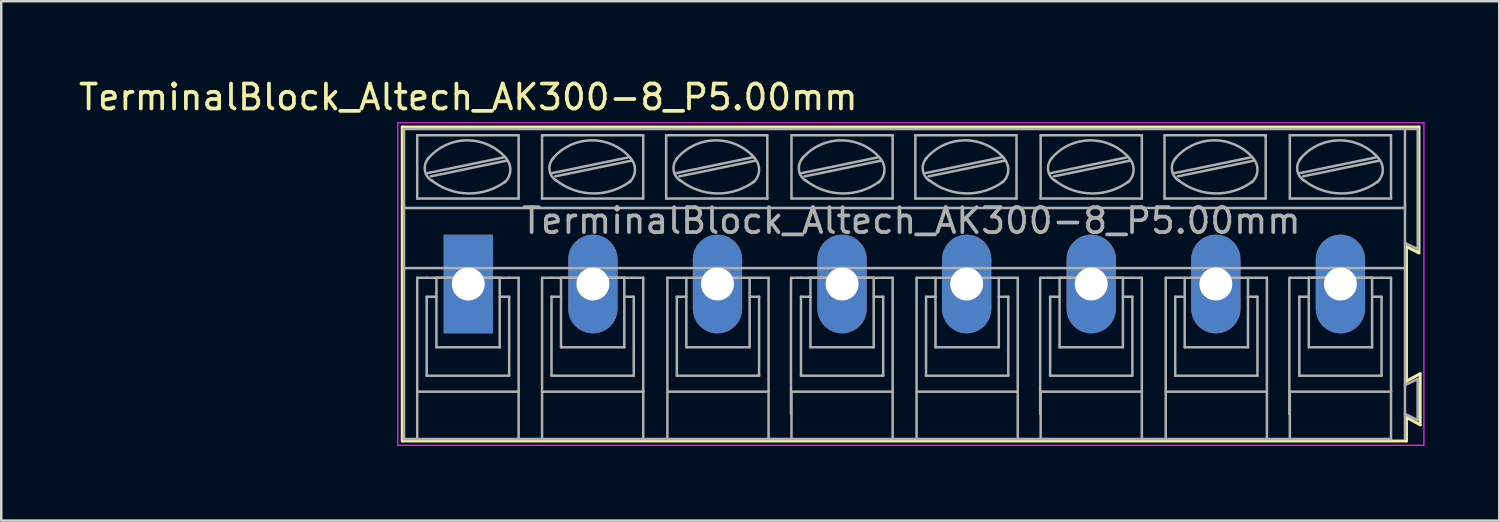
<source format=kicad_pcb>
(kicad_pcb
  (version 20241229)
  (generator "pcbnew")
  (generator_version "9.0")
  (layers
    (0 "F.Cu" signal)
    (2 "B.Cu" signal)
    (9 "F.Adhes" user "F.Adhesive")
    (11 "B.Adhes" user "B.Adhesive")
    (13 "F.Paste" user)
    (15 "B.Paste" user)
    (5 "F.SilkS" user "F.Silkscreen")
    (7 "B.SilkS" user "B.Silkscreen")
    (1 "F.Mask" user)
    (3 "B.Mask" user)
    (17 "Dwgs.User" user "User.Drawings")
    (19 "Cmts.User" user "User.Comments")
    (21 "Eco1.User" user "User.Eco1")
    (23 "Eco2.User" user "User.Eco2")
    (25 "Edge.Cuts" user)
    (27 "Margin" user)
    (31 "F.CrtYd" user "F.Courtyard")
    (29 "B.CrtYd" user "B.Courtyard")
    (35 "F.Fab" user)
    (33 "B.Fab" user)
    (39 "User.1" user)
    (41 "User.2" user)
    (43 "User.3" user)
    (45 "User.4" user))
  (footprint "TerminalBlock_Altech_AK300-8_P5.00mm"
    (layer "F.Cu")
    (at 15.744 8.348)
    (property "Reference" "TerminalBlock_Altech_AK300-8_P5.00mm" (at 0 -7.5 0) (layer "F.SilkS") (effects (font (size 1 1) (thickness 0.15))))
    (attr through_hole)
    (fp_line (start -2.65 -6.3) (end 38.15 -6.3) (stroke (width 0.12) (type solid)) (layer "F.SilkS"))
    (fp_line (start -2.65 6.3) (end -2.65 -6.3) (stroke (width 0.12) (type solid)) (layer "F.SilkS"))
    (fp_line (start 37.65 -1.5) (end 37.65 3.9) (stroke (width 0.12) (type solid)) (layer "F.SilkS"))
    (fp_line (start 37.65 3.9) (end 38.2 3.6) (stroke (width 0.12) (type solid)) (layer "F.SilkS"))
    (fp_line (start 37.65 5.35) (end 37.65 6.3) (stroke (width 0.12) (type solid)) (layer "F.SilkS"))
    (fp_line (start 37.65 6.3) (end -2.65 6.3) (stroke (width 0.12) (type solid)) (layer "F.SilkS"))
    (fp_line (start 38.15 -6.3) (end 38.15 -1.25) (stroke (width 0.12) (type solid)) (layer "F.SilkS"))
    (fp_line (start 38.15 -1.25) (end 37.65 -1.5) (stroke (width 0.12) (type solid)) (layer "F.SilkS"))
    (fp_line (start 38.2 3.6) (end 38.2 5.65) (stroke (width 0.12) (type solid)) (layer "F.SilkS"))
    (fp_line (start 38.2 5.65) (end 37.65 5.35) (stroke (width 0.12) (type solid)) (layer "F.SilkS"))
    (fp_line (start -2.83 -6.47) (end -2.83 6.47) (stroke (width 0.05) (type solid)) (layer "F.CrtYd"))
    (fp_line (start -2.83 -6.47) (end 38.35 -6.47) (stroke (width 0.05) (type solid)) (layer "F.CrtYd"))
    (fp_line (start 38.35 6.47) (end -2.83 6.47) (stroke (width 0.05) (type solid)) (layer "F.CrtYd"))
    (fp_line (start 38.35 6.47) (end 38.35 -6.47) (stroke (width 0.05) (type solid)) (layer "F.CrtYd"))
    (fp_line (start -2.58 -3.17) (end -2.58 -6.22) (stroke (width 0.1) (type solid)) (layer "F.Fab"))
    (fp_line (start -2.58 -0.64) (end -2.58 -3.17) (stroke (width 0.1) (type solid)) (layer "F.Fab"))
    (fp_line (start -2.58 6.22) (end -2.58 -0.64) (stroke (width 0.1) (type solid)) (layer "F.Fab"))
    (fp_line (start -2.58 6.22) (end 37.03 6.22) (stroke (width 0.1) (type solid)) (layer "F.Fab"))
    (fp_line (start -2.05 -3.43) (end -2.05 -5.97) (stroke (width 0.1) (type solid)) (layer "F.Fab"))
    (fp_line (start -2.05 -0.25) (end -2.05 4.32) (stroke (width 0.1) (type solid)) (layer "F.Fab"))
    (fp_line (start -2.05 -0.25) (end -1.67 -0.25) (stroke (width 0.1) (type solid)) (layer "F.Fab"))
    (fp_line (start -2.05 4.32) (end -2.05 6.22) (stroke (width 0.1) (type solid)) (layer "F.Fab"))
    (fp_line (start -1.67 0.51) (end -1.28 0.51) (stroke (width 0.1) (type solid)) (layer "F.Fab"))
    (fp_line (start -1.67 3.68) (end -1.67 0.51) (stroke (width 0.1) (type solid)) (layer "F.Fab"))
    (fp_line (start -1.64 -4.45) (end 1.41 -5.08) (stroke (width 0.1) (type solid)) (layer "F.Fab"))
    (fp_line (start -1.51 -4.32) (end 1.53 -4.95) (stroke (width 0.1) (type solid)) (layer "F.Fab"))
    (fp_line (start -1.28 -0.25) (end 1.26 -0.25) (stroke (width 0.1) (type solid)) (layer "F.Fab"))
    (fp_line (start -1.28 2.54) (end -1.28 -0.25) (stroke (width 0.1) (type solid)) (layer "F.Fab"))
    (fp_line (start -1.28 2.54) (end 1.26 2.54) (stroke (width 0.1) (type solid)) (layer "F.Fab"))
    (fp_line (start 1.26 2.54) (end 1.26 -0.25) (stroke (width 0.1) (type solid)) (layer "F.Fab"))
    (fp_line (start 1.64 -0.25) (end -1.67 -0.25) (stroke (width 0.1) (type solid)) (layer "F.Fab"))
    (fp_line (start 1.64 0.51) (end 1.26 0.51) (stroke (width 0.1) (type solid)) (layer "F.Fab"))
    (fp_line (start 1.64 3.68) (end -1.67 3.68) (stroke (width 0.1) (type solid)) (layer "F.Fab"))
    (fp_line (start 1.64 3.68) (end 1.64 0.51) (stroke (width 0.1) (type solid)) (layer "F.Fab"))
    (fp_line (start 2.02 -5.97) (end -2.05 -5.97) (stroke (width 0.1) (type solid)) (layer "F.Fab"))
    (fp_line (start 2.02 -3.43) (end -2.05 -3.43) (stroke (width 0.1) (type solid)) (layer "F.Fab"))
    (fp_line (start 2.02 -3.43) (end 2.02 -5.97) (stroke (width 0.1) (type solid)) (layer "F.Fab"))
    (fp_line (start 2.02 -0.25) (end 1.64 -0.25) (stroke (width 0.1) (type solid)) (layer "F.Fab"))
    (fp_line (start 2.02 4.32) (end -2.05 4.32) (stroke (width 0.1) (type solid)) (layer "F.Fab"))
    (fp_line (start 2.02 4.32) (end 2.02 -0.25) (stroke (width 0.1) (type solid)) (layer "F.Fab"))
    (fp_line (start 2.02 6.22) (end 2.02 4.32) (stroke (width 0.1) (type solid)) (layer "F.Fab"))
    (fp_line (start 2.96 -5.97) (end 7.02 -5.97) (stroke (width 0.1) (type solid)) (layer "F.Fab"))
    (fp_line (start 2.96 -3.43) (end 2.96 -5.97) (stroke (width 0.1) (type solid)) (layer "F.Fab"))
    (fp_line (start 2.96 -0.25) (end 3.34 -0.25) (stroke (width 0.1) (type solid)) (layer "F.Fab"))
    (fp_line (start 2.96 4.32) (end 2.96 -0.25) (stroke (width 0.1) (type solid)) (layer "F.Fab"))
    (fp_line (start 2.96 4.32) (end 7.02 4.32) (stroke (width 0.1) (type solid)) (layer "F.Fab"))
    (fp_line (start 2.96 6.22) (end 2.96 4.32) (stroke (width 0.1) (type solid)) (layer "F.Fab"))
    (fp_line (start 3.34 -0.25) (end 6.64 -0.25) (stroke (width 0.1) (type solid)) (layer "F.Fab"))
    (fp_line (start 3.34 0.51) (end 3.72 0.51) (stroke (width 0.1) (type solid)) (layer "F.Fab"))
    (fp_line (start 3.34 3.68) (end 3.34 0.51) (stroke (width 0.1) (type solid)) (layer "F.Fab"))
    (fp_line (start 3.36 -4.45) (end 6.41 -5.08) (stroke (width 0.1) (type solid)) (layer "F.Fab"))
    (fp_line (start 3.49 -4.32) (end 6.54 -4.95) (stroke (width 0.1) (type solid)) (layer "F.Fab"))
    (fp_line (start 3.72 -0.25) (end 6.26 -0.25) (stroke (width 0.1) (type solid)) (layer "F.Fab"))
    (fp_line (start 3.72 2.54) (end 3.72 -0.25) (stroke (width 0.1) (type solid)) (layer "F.Fab"))
    (fp_line (start 3.72 2.54) (end 6.26 2.54) (stroke (width 0.1) (type solid)) (layer "F.Fab"))
    (fp_line (start 6.26 2.54) (end 6.26 -0.25) (stroke (width 0.1) (type solid)) (layer "F.Fab"))
    (fp_line (start 6.64 0.51) (end 6.26 0.51) (stroke (width 0.1) (type solid)) (layer "F.Fab"))
    (fp_line (start 6.64 3.68) (end 3.34 3.68) (stroke (width 0.1) (type solid)) (layer "F.Fab"))
    (fp_line (start 6.64 3.68) (end 6.64 0.51) (stroke (width 0.1) (type solid)) (layer "F.Fab"))
    (fp_line (start 7.02 -5.97) (end 7.02 -3.43) (stroke (width 0.1) (type solid)) (layer "F.Fab"))
    (fp_line (start 7.02 -3.43) (end 2.96 -3.43) (stroke (width 0.1) (type solid)) (layer "F.Fab"))
    (fp_line (start 7.02 -0.25) (end 6.64 -0.25) (stroke (width 0.1) (type solid)) (layer "F.Fab"))
    (fp_line (start 7.02 -0.25) (end 7.02 4.32) (stroke (width 0.1) (type solid)) (layer "F.Fab"))
    (fp_line (start 7.02 4.32) (end 7.02 6.22) (stroke (width 0.1) (type solid)) (layer "F.Fab"))
    (fp_line (start 7.94 -5.97) (end 12 -5.97) (stroke (width 0.1) (type solid)) (layer "F.Fab"))
    (fp_line (start 7.94 -3.43) (end 7.94 -5.97) (stroke (width 0.1) (type solid)) (layer "F.Fab"))
    (fp_line (start 7.99 -0.25) (end 12.05 -0.25) (stroke (width 0.1) (type solid)) (layer "F.Fab"))
    (fp_line (start 7.99 4.32) (end 12.05 4.32) (stroke (width 0.1) (type solid)) (layer "F.Fab"))
    (fp_line (start 7.99 6.22) (end 7.99 -0.25) (stroke (width 0.1) (type solid)) (layer "F.Fab"))
    (fp_line (start 8.34 -4.45) (end 11.39 -5.08) (stroke (width 0.1) (type solid)) (layer "F.Fab"))
    (fp_line (start 8.37 0.51) (end 8.37 3.68) (stroke (width 0.1) (type solid)) (layer "F.Fab"))
    (fp_line (start 8.37 0.51) (end 8.75 0.51) (stroke (width 0.1) (type solid)) (layer "F.Fab"))
    (fp_line (start 8.37 3.68) (end 11.67 3.68) (stroke (width 0.1) (type solid)) (layer "F.Fab"))
    (fp_line (start 8.47 -4.32) (end 11.52 -4.95) (stroke (width 0.1) (type solid)) (layer "F.Fab"))
    (fp_line (start 8.75 -0.25) (end 8.75 2.54) (stroke (width 0.1) (type solid)) (layer "F.Fab"))
    (fp_line (start 8.75 2.54) (end 11.29 2.54) (stroke (width 0.1) (type solid)) (layer "F.Fab"))
    (fp_line (start 11.29 2.54) (end 11.29 -0.25) (stroke (width 0.1) (type solid)) (layer "F.Fab"))
    (fp_line (start 11.67 0.51) (end 11.29 0.51) (stroke (width 0.1) (type solid)) (layer "F.Fab"))
    (fp_line (start 11.67 3.68) (end 11.67 0.51) (stroke (width 0.1) (type solid)) (layer "F.Fab"))
    (fp_line (start 12 -5.97) (end 12 -3.43) (stroke (width 0.1) (type solid)) (layer "F.Fab"))
    (fp_line (start 12 -3.43) (end 7.94 -3.43) (stroke (width 0.1) (type solid)) (layer "F.Fab"))
    (fp_line (start 12.05 6.22) (end 12.05 -0.25) (stroke (width 0.1) (type solid)) (layer "F.Fab"))
    (fp_line (start 12.95 4) (end 12.95 -0.25) (stroke (width 0.1) (type solid)) (layer "F.Fab"))
    (fp_line (start 12.95 4.06) (end 12.95 5.21) (stroke (width 0.1) (type solid)) (layer "F.Fab"))
    (fp_line (start 12.97 -5.97) (end 17.03 -5.97) (stroke (width 0.1) (type solid)) (layer "F.Fab"))
    (fp_line (start 12.97 -3.43) (end 12.97 -5.97) (stroke (width 0.1) (type solid)) (layer "F.Fab"))
    (fp_line (start 12.97 -0.25) (end 13.35 -0.25) (stroke (width 0.1) (type solid)) (layer "F.Fab"))
    (fp_line (start 12.97 4.32) (end 17.03 4.32) (stroke (width 0.1) (type solid)) (layer "F.Fab"))
    (fp_line (start 12.97 6.22) (end 12.97 4.32) (stroke (width 0.1) (type solid)) (layer "F.Fab"))
    (fp_line (start 13.35 -0.25) (end 16.65 -0.25) (stroke (width 0.1) (type solid)) (layer "F.Fab"))
    (fp_line (start 13.35 0.51) (end 13.73 0.51) (stroke (width 0.1) (type solid)) (layer "F.Fab"))
    (fp_line (start 13.35 3.68) (end 13.35 0.51) (stroke (width 0.1) (type solid)) (layer "F.Fab"))
    (fp_line (start 13.37 -4.45) (end 16.42 -5.08) (stroke (width 0.1) (type solid)) (layer "F.Fab"))
    (fp_line (start 13.5 -4.32) (end 16.55 -4.95) (stroke (width 0.1) (type solid)) (layer "F.Fab"))
    (fp_line (start 13.73 -0.25) (end 16.27 -0.25) (stroke (width 0.1) (type solid)) (layer "F.Fab"))
    (fp_line (start 13.73 2.54) (end 13.73 -0.25) (stroke (width 0.1) (type solid)) (layer "F.Fab"))
    (fp_line (start 13.73 2.54) (end 16.27 2.54) (stroke (width 0.1) (type solid)) (layer "F.Fab"))
    (fp_line (start 16.27 2.54) (end 16.27 -0.25) (stroke (width 0.1) (type solid)) (layer "F.Fab"))
    (fp_line (start 16.65 0.51) (end 16.27 0.51) (stroke (width 0.1) (type solid)) (layer "F.Fab"))
    (fp_line (start 16.65 3.68) (end 13.35 3.68) (stroke (width 0.1) (type solid)) (layer "F.Fab"))
    (fp_line (start 16.65 3.68) (end 16.65 0.51) (stroke (width 0.1) (type solid)) (layer "F.Fab"))
    (fp_line (start 17.03 -5.97) (end 17.03 -3.43) (stroke (width 0.1) (type solid)) (layer "F.Fab"))
    (fp_line (start 17.03 -3.43) (end 12.97 -3.43) (stroke (width 0.1) (type solid)) (layer "F.Fab"))
    (fp_line (start 17.03 -0.25) (end 16.65 -0.25) (stroke (width 0.1) (type solid)) (layer "F.Fab"))
    (fp_line (start 17.03 -0.25) (end 17.03 4.32) (stroke (width 0.1) (type solid)) (layer "F.Fab"))
    (fp_line (start 17.03 4.32) (end 17.03 6.22) (stroke (width 0.1) (type solid)) (layer "F.Fab"))
    (fp_line (start 17.94 -5.97) (end 22 -5.97) (stroke (width 0.1) (type solid)) (layer "F.Fab"))
    (fp_line (start 17.94 -3.43) (end 17.94 -5.97) (stroke (width 0.1) (type solid)) (layer "F.Fab"))
    (fp_line (start 17.99 -0.25) (end 22.05 -0.25) (stroke (width 0.1) (type solid)) (layer "F.Fab"))
    (fp_line (start 17.99 4.32) (end 22.05 4.32) (stroke (width 0.1) (type solid)) (layer "F.Fab"))
    (fp_line (start 17.99 6.22) (end 17.99 -0.25) (stroke (width 0.1) (type solid)) (layer "F.Fab"))
    (fp_line (start 18.34 -4.45) (end 21.39 -5.08) (stroke (width 0.1) (type solid)) (layer "F.Fab"))
    (fp_line (start 18.37 0.51) (end 18.37 3.68) (stroke (width 0.1) (type solid)) (layer "F.Fab"))
    (fp_line (start 18.37 0.51) (end 18.75 0.51) (stroke (width 0.1) (type solid)) (layer "F.Fab"))
    (fp_line (start 18.37 3.68) (end 21.67 3.68) (stroke (width 0.1) (type solid)) (layer "F.Fab"))
    (fp_line (start 18.47 -4.32) (end 21.52 -4.95) (stroke (width 0.1) (type solid)) (layer "F.Fab"))
    (fp_line (start 18.75 -0.25) (end 18.75 2.54) (stroke (width 0.1) (type solid)) (layer "F.Fab"))
    (fp_line (start 18.75 2.54) (end 21.29 2.54) (stroke (width 0.1) (type solid)) (layer "F.Fab"))
    (fp_line (start 21.29 2.54) (end 21.29 -0.25) (stroke (width 0.1) (type solid)) (layer "F.Fab"))
    (fp_line (start 21.67 0.51) (end 21.29 0.51) (stroke (width 0.1) (type solid)) (layer "F.Fab"))
    (fp_line (start 21.67 3.68) (end 21.67 0.51) (stroke (width 0.1) (type solid)) (layer "F.Fab"))
    (fp_line (start 22 -5.97) (end 22 -3.43) (stroke (width 0.1) (type solid)) (layer "F.Fab"))
    (fp_line (start 22 -3.43) (end 17.94 -3.43) (stroke (width 0.1) (type solid)) (layer "F.Fab"))
    (fp_line (start 22.05 6.22) (end 22.05 -0.25) (stroke (width 0.1) (type solid)) (layer "F.Fab"))
    (fp_line (start 22.95 4) (end 22.95 -0.25) (stroke (width 0.1) (type solid)) (layer "F.Fab"))
    (fp_line (start 22.95 4.06) (end 22.95 5.21) (stroke (width 0.1) (type solid)) (layer "F.Fab"))
    (fp_line (start 22.97 -5.97) (end 27.03 -5.97) (stroke (width 0.1) (type solid)) (layer "F.Fab"))
    (fp_line (start 22.97 -3.43) (end 22.97 -5.97) (stroke (width 0.1) (type solid)) (layer "F.Fab"))
    (fp_line (start 22.97 -0.25) (end 23.35 -0.25) (stroke (width 0.1) (type solid)) (layer "F.Fab"))
    (fp_line (start 22.97 4.32) (end 27.03 4.32) (stroke (width 0.1) (type solid)) (layer "F.Fab"))
    (fp_line (start 22.97 6.22) (end 22.97 4.32) (stroke (width 0.1) (type solid)) (layer "F.Fab"))
    (fp_line (start 23.35 -0.25) (end 26.65 -0.25) (stroke (width 0.1) (type solid)) (layer "F.Fab"))
    (fp_line (start 23.35 0.51) (end 23.73 0.51) (stroke (width 0.1) (type solid)) (layer "F.Fab"))
    (fp_line (start 23.35 3.68) (end 23.35 0.51) (stroke (width 0.1) (type solid)) (layer "F.Fab"))
    (fp_line (start 23.37 -4.45) (end 26.42 -5.08) (stroke (width 0.1) (type solid)) (layer "F.Fab"))
    (fp_line (start 23.5 -4.32) (end 26.55 -4.95) (stroke (width 0.1) (type solid)) (layer "F.Fab"))
    (fp_line (start 23.73 -0.25) (end 26.27 -0.25) (stroke (width 0.1) (type solid)) (layer "F.Fab"))
    (fp_line (start 23.73 2.54) (end 23.73 -0.25) (stroke (width 0.1) (type solid)) (layer "F.Fab"))
    (fp_line (start 23.73 2.54) (end 26.27 2.54) (stroke (width 0.1) (type solid)) (layer "F.Fab"))
    (fp_line (start 26.27 2.54) (end 26.27 -0.25) (stroke (width 0.1) (type solid)) (layer "F.Fab"))
    (fp_line (start 26.65 0.51) (end 26.27 0.51) (stroke (width 0.1) (type solid)) (layer "F.Fab"))
    (fp_line (start 26.65 3.68) (end 23.35 3.68) (stroke (width 0.1) (type solid)) (layer "F.Fab"))
    (fp_line (start 26.65 3.68) (end 26.65 0.51) (stroke (width 0.1) (type solid)) (layer "F.Fab"))
    (fp_line (start 27.03 -5.97) (end 27.03 -3.43) (stroke (width 0.1) (type solid)) (layer "F.Fab"))
    (fp_line (start 27.03 -3.43) (end 22.97 -3.43) (stroke (width 0.1) (type solid)) (layer "F.Fab"))
    (fp_line (start 27.03 -0.25) (end 26.65 -0.25) (stroke (width 0.1) (type solid)) (layer "F.Fab"))
    (fp_line (start 27.03 -0.25) (end 27.03 4.32) (stroke (width 0.1) (type solid)) (layer "F.Fab"))
    (fp_line (start 27.03 4.32) (end 27.03 6.22) (stroke (width 0.1) (type solid)) (layer "F.Fab"))
    (fp_line (start 27.94 -5.97) (end 32 -5.97) (stroke (width 0.1) (type solid)) (layer "F.Fab"))
    (fp_line (start 27.94 -3.43) (end 27.94 -5.97) (stroke (width 0.1) (type solid)) (layer "F.Fab"))
    (fp_line (start 27.99 -0.25) (end 32.05 -0.25) (stroke (width 0.1) (type solid)) (layer "F.Fab"))
    (fp_line (start 27.99 4.32) (end 32.05 4.32) (stroke (width 0.1) (type solid)) (layer "F.Fab"))
    (fp_line (start 27.99 6.22) (end 27.99 -0.25) (stroke (width 0.1) (type solid)) (layer "F.Fab"))
    (fp_line (start 28.34 -4.45) (end 31.39 -5.08) (stroke (width 0.1) (type solid)) (layer "F.Fab"))
    (fp_line (start 28.37 0.51) (end 28.37 3.68) (stroke (width 0.1) (type solid)) (layer "F.Fab"))
    (fp_line (start 28.37 0.51) (end 28.75 0.51) (stroke (width 0.1) (type solid)) (layer "F.Fab"))
    (fp_line (start 28.37 3.68) (end 31.67 3.68) (stroke (width 0.1) (type solid)) (layer "F.Fab"))
    (fp_line (start 28.47 -4.32) (end 31.52 -4.95) (stroke (width 0.1) (type solid)) (layer "F.Fab"))
    (fp_line (start 28.75 -0.25) (end 28.75 2.54) (stroke (width 0.1) (type solid)) (layer "F.Fab"))
    (fp_line (start 28.75 2.54) (end 31.29 2.54) (stroke (width 0.1) (type solid)) (layer "F.Fab"))
    (fp_line (start 31.29 2.54) (end 31.29 -0.25) (stroke (width 0.1) (type solid)) (layer "F.Fab"))
    (fp_line (start 31.67 0.51) (end 31.29 0.51) (stroke (width 0.1) (type solid)) (layer "F.Fab"))
    (fp_line (start 31.67 3.68) (end 31.67 0.51) (stroke (width 0.1) (type solid)) (layer "F.Fab"))
    (fp_line (start 32 -5.97) (end 32 -3.43) (stroke (width 0.1) (type solid)) (layer "F.Fab"))
    (fp_line (start 32 -3.43) (end 27.94 -3.43) (stroke (width 0.1) (type solid)) (layer "F.Fab"))
    (fp_line (start 32.05 6.22) (end 32.05 -0.25) (stroke (width 0.1) (type solid)) (layer "F.Fab"))
    (fp_line (start 32.95 4) (end 32.95 -0.25) (stroke (width 0.1) (type solid)) (layer "F.Fab"))
    (fp_line (start 32.95 4.06) (end 32.95 5.21) (stroke (width 0.1) (type solid)) (layer "F.Fab"))
    (fp_line (start 32.97 -5.97) (end 37.03 -5.97) (stroke (width 0.1) (type solid)) (layer "F.Fab"))
    (fp_line (start 32.97 -3.43) (end 32.97 -5.97) (stroke (width 0.1) (type solid)) (layer "F.Fab"))
    (fp_line (start 32.97 -0.25) (end 33.35 -0.25) (stroke (width 0.1) (type solid)) (layer "F.Fab"))
    (fp_line (start 32.97 4.32) (end 37.03 4.32) (stroke (width 0.1) (type solid)) (layer "F.Fab"))
    (fp_line (start 32.97 6.22) (end 32.97 4.32) (stroke (width 0.1) (type solid)) (layer "F.Fab"))
    (fp_line (start 33.35 -0.25) (end 36.65 -0.25) (stroke (width 0.1) (type solid)) (layer "F.Fab"))
    (fp_line (start 33.35 0.51) (end 33.73 0.51) (stroke (width 0.1) (type solid)) (layer "F.Fab"))
    (fp_line (start 33.35 3.68) (end 33.35 0.51) (stroke (width 0.1) (type solid)) (layer "F.Fab"))
    (fp_line (start 33.37 -4.45) (end 36.42 -5.08) (stroke (width 0.1) (type solid)) (layer "F.Fab"))
    (fp_line (start 33.5 -4.32) (end 36.55 -4.95) (stroke (width 0.1) (type solid)) (layer "F.Fab"))
    (fp_line (start 33.73 -0.25) (end 36.27 -0.25) (stroke (width 0.1) (type solid)) (layer "F.Fab"))
    (fp_line (start 33.73 2.54) (end 33.73 -0.25) (stroke (width 0.1) (type solid)) (layer "F.Fab"))
    (fp_line (start 33.73 2.54) (end 36.27 2.54) (stroke (width 0.1) (type solid)) (layer "F.Fab"))
    (fp_line (start 36.27 2.54) (end 36.27 -0.25) (stroke (width 0.1) (type solid)) (layer "F.Fab"))
    (fp_line (start 36.65 0.51) (end 36.27 0.51) (stroke (width 0.1) (type solid)) (layer "F.Fab"))
    (fp_line (start 36.65 3.68) (end 33.35 3.68) (stroke (width 0.1) (type solid)) (layer "F.Fab"))
    (fp_line (start 36.65 3.68) (end 36.65 0.51) (stroke (width 0.1) (type solid)) (layer "F.Fab"))
    (fp_line (start 37.03 -5.97) (end 37.03 -3.43) (stroke (width 0.1) (type solid)) (layer "F.Fab"))
    (fp_line (start 37.03 -3.43) (end 32.97 -3.43) (stroke (width 0.1) (type solid)) (layer "F.Fab"))
    (fp_line (start 37.03 -0.25) (end 36.65 -0.25) (stroke (width 0.1) (type solid)) (layer "F.Fab"))
    (fp_line (start 37.03 -0.25) (end 37.03 4.32) (stroke (width 0.1) (type solid)) (layer "F.Fab"))
    (fp_line (start 37.03 4.32) (end 37.03 6.22) (stroke (width 0.1) (type solid)) (layer "F.Fab"))
    (fp_line (start 37.59 -6.22) (end 37.59 -3.17) (stroke (width 0.1) (type solid)) (layer "F.Fab"))
    (fp_line (start 37.59 -3.17) (end 37.59 -1.65) (stroke (width 0.1) (type solid)) (layer "F.Fab"))
    (fp_line (start 37.59 -3.05) (end -2.58 -3.05) (stroke (width 0.1) (type solid)) (layer "F.Fab"))
    (fp_line (start 37.59 -1.65) (end 37.59 -0.64) (stroke (width 0.1) (type solid)) (layer "F.Fab"))
    (fp_line (start 37.59 -0.64) (end -2.52 -0.64) (stroke (width 0.1) (type solid)) (layer "F.Fab"))
    (fp_line (start 37.59 -0.64) (end 37.59 4.06) (stroke (width 0.1) (type solid)) (layer "F.Fab"))
    (fp_line (start 37.59 4.06) (end 37.59 5.21) (stroke (width 0.1) (type solid)) (layer "F.Fab"))
    (fp_line (start 37.59 5.21) (end 37.59 6.22) (stroke (width 0.1) (type solid)) (layer "F.Fab"))
    (fp_line (start 38.1 -6.22) (end -2.58 -6.22) (stroke (width 0.1) (type solid)) (layer "F.Fab"))
    (fp_line (start 38.1 -6.22) (end 38.1 -1.4) (stroke (width 0.1) (type solid)) (layer "F.Fab"))
    (fp_line (start 38.1 -1.4) (end 37.59 -1.65) (stroke (width 0.1) (type solid)) (layer "F.Fab"))
    (fp_line (start 38.1 3.81) (end 37.59 4.06) (stroke (width 0.1) (type solid)) (layer "F.Fab"))
    (fp_line (start 38.1 3.81) (end 38.1 5.46) (stroke (width 0.1) (type solid)) (layer "F.Fab"))
    (fp_line (start 38.1 5.46) (end 37.59 5.21) (stroke (width 0.1) (type solid)) (layer "F.Fab"))
    (fp_arc (start -1.64 -5) (mid -0.080263 -5.764867) (end 1.508239 -5.061686) (stroke (width 0.1) (type solid)) (layer "F.Fab"))
    (fp_arc (start -1.44 -4.13) (mid -1.742324 -4.551515) (end -1.595426 -5.049005) (stroke (width 0.1) (type solid)) (layer "F.Fab"))
    (fp_arc (start 1.5 -4.12) (mid 0.000583 -3.634318) (end -1.482333 -4.168263) (stroke (width 0.1) (type solid)) (layer "F.Fab"))
    (fp_arc (start 1.51 -5.05) (mid 1.685733 -4.551652) (end 1.455532 -4.076005) (stroke (width 0.1) (type solid)) (layer "F.Fab"))
    (fp_arc (start 3.36 -5) (mid 4.919737 -5.764867) (end 6.508239 -5.061686) (stroke (width 0.1) (type solid)) (layer "F.Fab"))
    (fp_arc (start 3.56 -4.13) (mid 3.261534 -4.559406) (end 3.417028 -5.058699) (stroke (width 0.1) (type solid)) (layer "F.Fab"))
    (fp_arc (start 6.5 -4.12) (mid 5.000583 -3.634318) (end 3.517667 -4.168263) (stroke (width 0.1) (type solid)) (layer "F.Fab"))
    (fp_arc (start 6.51 -5.05) (mid 6.688693 -4.558754) (end 6.465619 -4.086005) (stroke (width 0.1) (type solid)) (layer "F.Fab"))
    (fp_arc (start 8.34 -5) (mid 9.899737 -5.764867) (end 11.488239 -5.061686) (stroke (width 0.1) (type solid)) (layer "F.Fab"))
    (fp_arc (start 8.54 -4.13) (mid 8.241534 -4.559406) (end 8.397028 -5.058699) (stroke (width 0.1) (type solid)) (layer "F.Fab"))
    (fp_arc (start 11.48 -4.12) (mid 9.980583 -3.634318) (end 8.497667 -4.168263) (stroke (width 0.1) (type solid)) (layer "F.Fab"))
    (fp_arc (start 11.49 -5.05) (mid 11.668693 -4.558754) (end 11.445619 -4.086005) (stroke (width 0.1) (type solid)) (layer "F.Fab"))
    (fp_arc (start 13.37 -5) (mid 14.929737 -5.764867) (end 16.518239 -5.061686) (stroke (width 0.1) (type solid)) (layer "F.Fab"))
    (fp_arc (start 13.57 -4.13) (mid 13.271534 -4.559406) (end 13.427028 -5.058699) (stroke (width 0.1) (type solid)) (layer "F.Fab"))
    (fp_arc (start 16.51 -4.12) (mid 15.010583 -3.634318) (end 13.527667 -4.168263) (stroke (width 0.1) (type solid)) (layer "F.Fab"))
    (fp_arc (start 16.52 -5.05) (mid 16.698693 -4.558754) (end 16.475619 -4.086005) (stroke (width 0.1) (type solid)) (layer "F.Fab"))
    (fp_arc (start 18.34 -5) (mid 19.899737 -5.764867) (end 21.488239 -5.061686) (stroke (width 0.1) (type solid)) (layer "F.Fab"))
    (fp_arc (start 18.54 -4.13) (mid 18.241534 -4.559406) (end 18.397028 -5.058699) (stroke (width 0.1) (type solid)) (layer "F.Fab"))
    (fp_arc (start 21.48 -4.12) (mid 19.980583 -3.634318) (end 18.497667 -4.168263) (stroke (width 0.1) (type solid)) (layer "F.Fab"))
    (fp_arc (start 21.49 -5.05) (mid 21.668693 -4.558754) (end 21.445619 -4.086005) (stroke (width 0.1) (type solid)) (layer "F.Fab"))
    (fp_arc (start 23.37 -5) (mid 24.929737 -5.764867) (end 26.518239 -5.061686) (stroke (width 0.1) (type solid)) (layer "F.Fab"))
    (fp_arc (start 23.57 -4.13) (mid 23.271534 -4.559406) (end 23.427028 -5.058699) (stroke (width 0.1) (type solid)) (layer "F.Fab"))
    (fp_arc (start 26.51 -4.12) (mid 25.010583 -3.634318) (end 23.527667 -4.168263) (stroke (width 0.1) (type solid)) (layer "F.Fab"))
    (fp_arc (start 26.52 -5.05) (mid 26.698693 -4.558754) (end 26.475619 -4.086005) (stroke (width 0.1) (type solid)) (layer "F.Fab"))
    (fp_arc (start 28.34 -5) (mid 29.899737 -5.764867) (end 31.488239 -5.061686) (stroke (width 0.1) (type solid)) (layer "F.Fab"))
    (fp_arc (start 28.54 -4.13) (mid 28.241534 -4.559406) (end 28.397028 -5.058699) (stroke (width 0.1) (type solid)) (layer "F.Fab"))
    (fp_arc (start 31.48 -4.12) (mid 29.980583 -3.634318) (end 28.497667 -4.168263) (stroke (width 0.1) (type solid)) (layer "F.Fab"))
    (fp_arc (start 31.49 -5.05) (mid 31.668693 -4.558754) (end 31.445619 -4.086005) (stroke (width 0.1) (type solid)) (layer "F.Fab"))
    (fp_arc (start 33.37 -5) (mid 34.929737 -5.764867) (end 36.518239 -5.061686) (stroke (width 0.1) (type solid)) (layer "F.Fab"))
    (fp_arc (start 33.57 -4.13) (mid 33.271534 -4.559406) (end 33.427028 -5.058699) (stroke (width 0.1) (type solid)) (layer "F.Fab"))
    (fp_arc (start 36.51 -4.12) (mid 35.010583 -3.634318) (end 33.527667 -4.168263) (stroke (width 0.1) (type solid)) (layer "F.Fab"))
    (fp_arc (start 36.52 -5.05) (mid 36.698693 -4.558754) (end 36.475619 -4.086005) (stroke (width 0.1) (type solid)) (layer "F.Fab"))
    (fp_text user "${REFERENCE}" (at 17.78 -2.54 0) (layer "F.Fab") (effects (font (size 1 1) (thickness 0.15))))
    (pad "1" thru_hole rect (at 0 0) (size 1.98 3.96) (drill 1.32) (layers "*.Cu" "*.Mask"))
    (pad "2" thru_hole oval (at 5 0) (size 1.98 3.96) (drill 1.32) (layers "*.Cu" "*.Mask"))
    (pad "3" thru_hole oval (at 10 0) (size 1.98 3.96) (drill 1.32) (layers "*.Cu" "*.Mask"))
    (pad "4" thru_hole oval (at 15 0) (size 1.98 3.96) (drill 1.32) (layers "*.Cu" "*.Mask"))
    (pad "5" thru_hole oval (at 20 0) (size 1.98 3.96) (drill 1.32) (layers "*.Cu" "*.Mask"))
    (pad "5" thru_hole oval (at 30 0) (size 1.98 3.96) (drill 1.32) (layers "*.Cu" "*.Mask"))
    (pad "6" thru_hole oval (at 25 0) (size 1.98 3.96) (drill 1.32) (layers "*.Cu" "*.Mask"))
    (pad "6" thru_hole oval (at 35 0) (size 1.98 3.96) (drill 1.32) (layers "*.Cu" "*.Mask")))
  (gr_rect
    (start -3 -3)
    (end 57.119 17.843)
    (stroke (width 0.1) (type default))
    (fill no)
    (layer "Edge.Cuts")))
</source>
